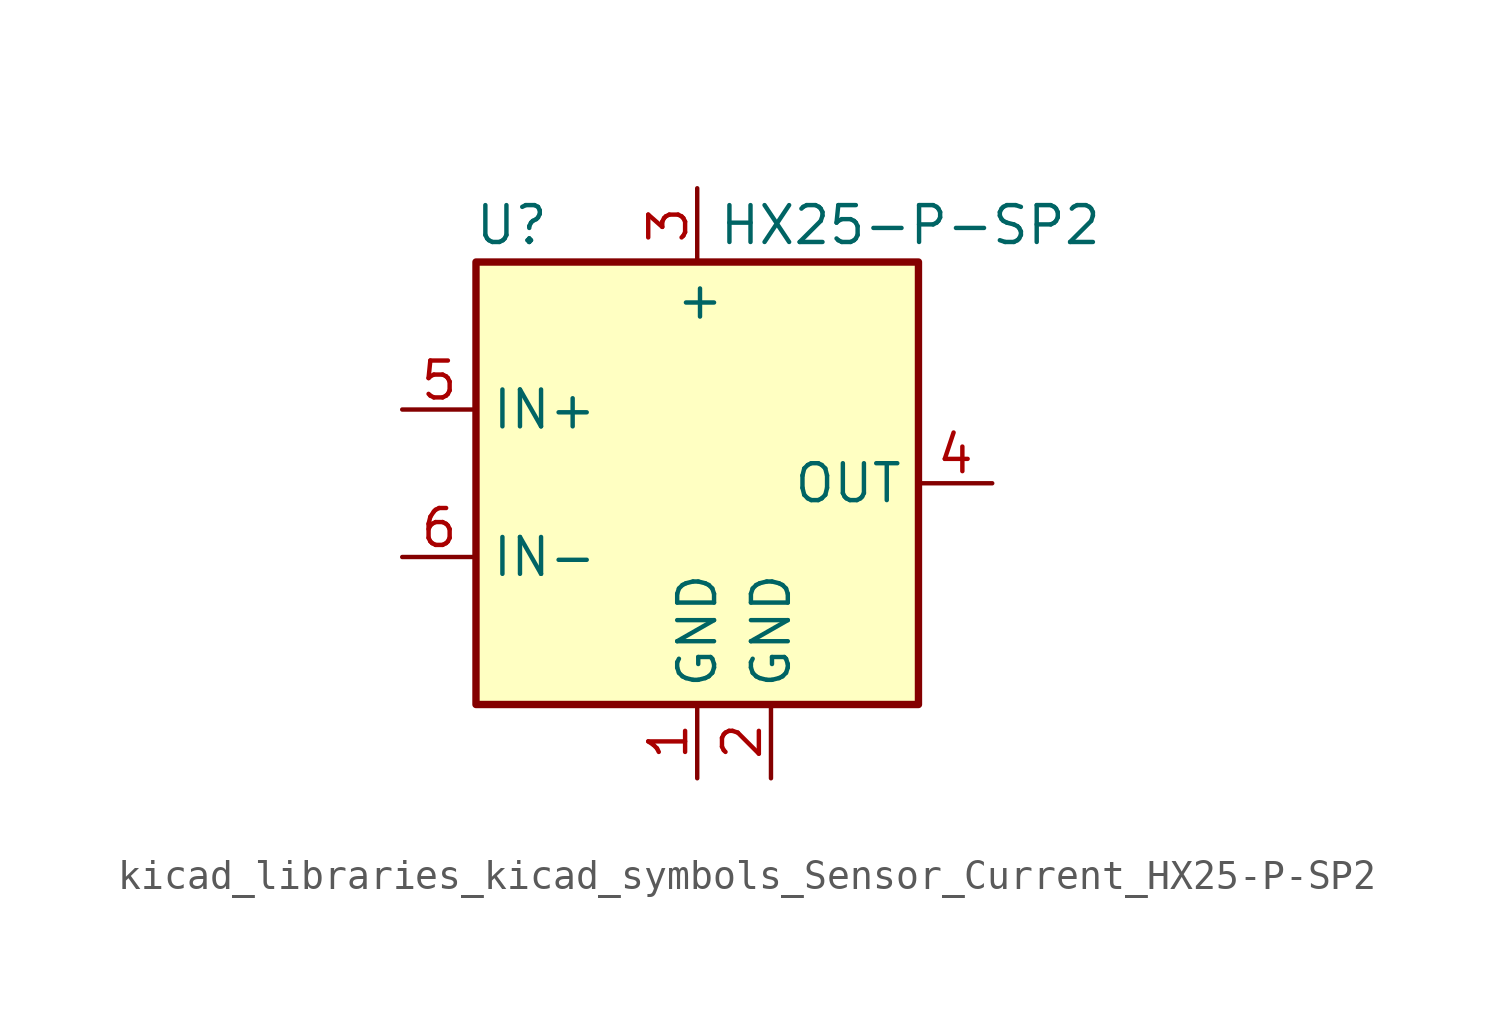
<source format=kicad_sym>
(kicad_symbol_lib
  (version 20220914)
  (generator kicad_symbol_editor)
  (symbol "kicad_libraries_kicad_symbols_Sensor_Current_HX25-P-SP2"
    (property "Reference" "U"
      (at -5.08 8.89 0)
      (effects (font (size 1.27 1.27)) (justify right)))
    (property "Value" "HX25-P-SP2"
      (at 13.97 8.89 0)
      (effects (font (size 1.27 1.27)) (justify right)))
    (symbol "kicad_libraries_kicad_symbols_Sensor_Current_HX25-P-SP2_0_1"
      (rectangle (start -7.62 7.62) (end 7.62 -7.62) (stroke (width 0.254) (type default)) (fill (type background))))
    (symbol "kicad_libraries_kicad_symbols_Sensor_Current_HX25-P-SP2_1_1"
      (pin power_in line (at 0 -10.16 90) (length 2.54) (name "GND" (effects (font (size 1.27 1.27)))) (number "1" (effects (font (size 1.27 1.27)))))
      (pin power_in line (at 2.54 -10.16 90) (length 2.54) (name "GND" (effects (font (size 1.27 1.27)))) (number "2" (effects (font (size 1.27 1.27)))))
      (pin power_in line (at 0 10.16 270) (length 2.54) (name "+" (effects (font (size 1.27 1.27)))) (number "3" (effects (font (size 1.27 1.27)))))
      (pin output line (at 10.16 0 180) (length 2.54) (name "OUT" (effects (font (size 1.27 1.27)))) (number "4" (effects (font (size 1.27 1.27)))))
      (pin passive line (at -10.16 2.54 0) (length 2.54) (name "IN+" (effects (font (size 1.27 1.27)))) (number "5" (effects (font (size 1.27 1.27)))))
      (pin passive line (at -10.16 -2.54 0) (length 2.54) (name "IN-" (effects (font (size 1.27 1.27)))) (number "6" (effects (font (size 1.27 1.27))))))))
</source>
